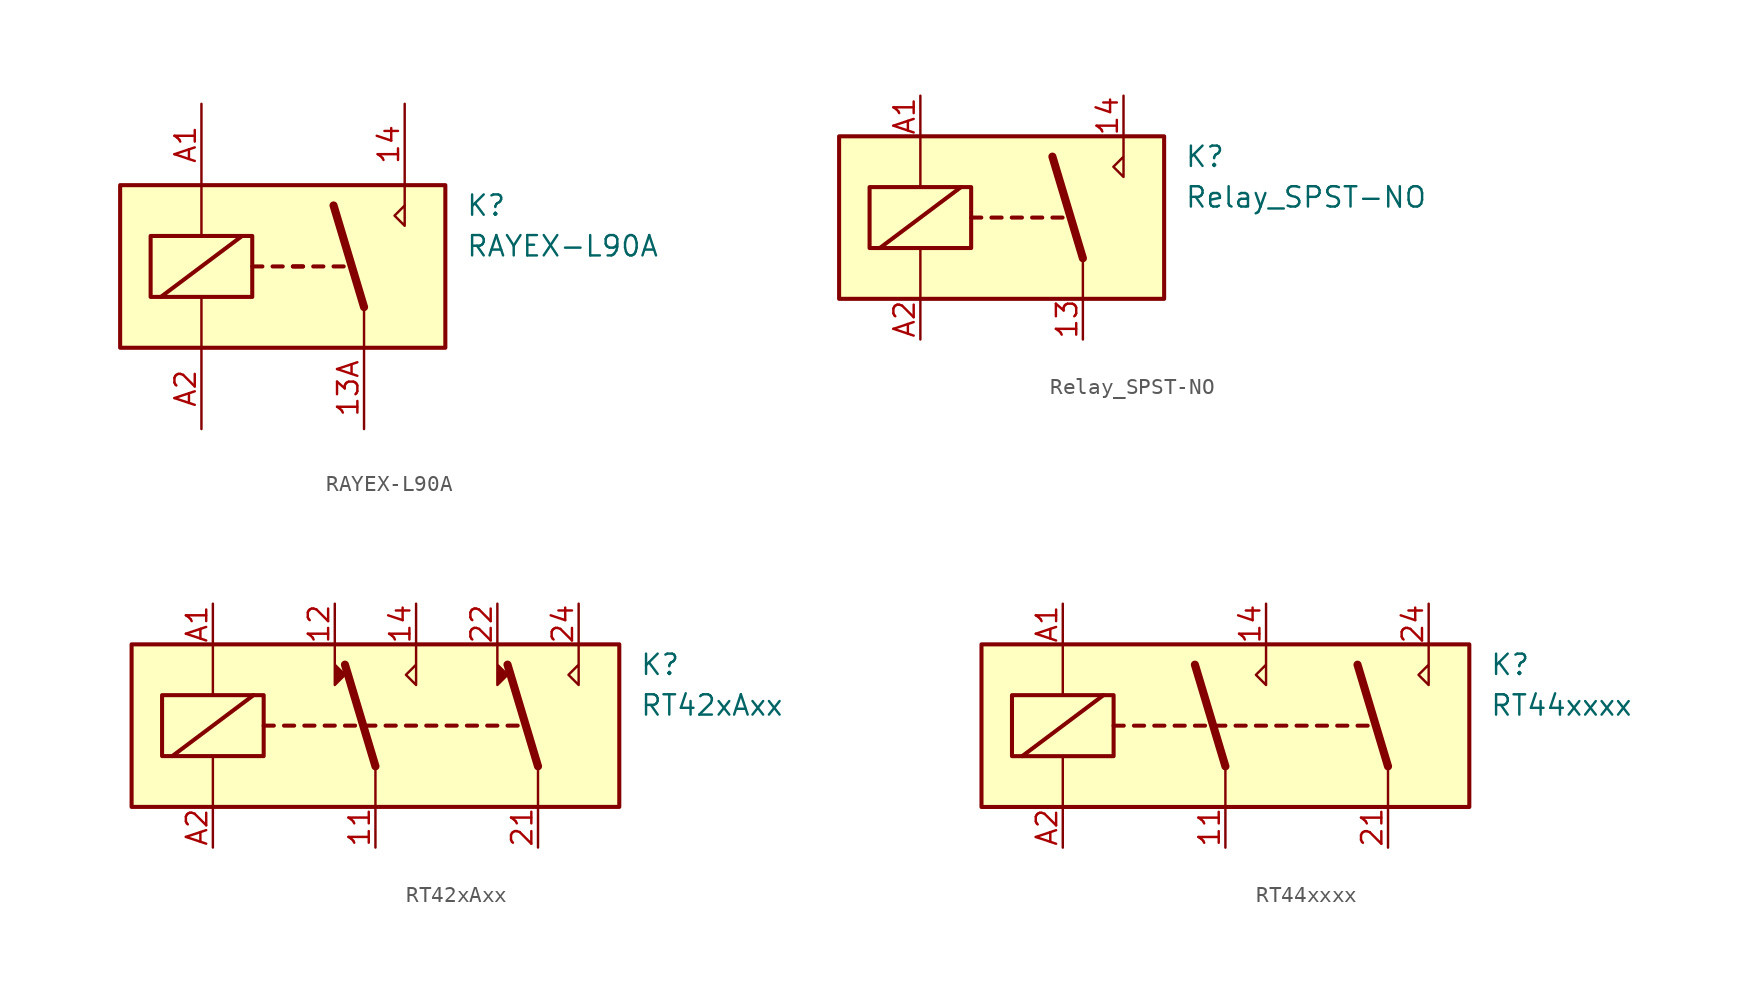
<source format=kicad_sym>
(kicad_symbol_lib
  (version 20220914)
  (generator kicad_symbol_editor)
  (symbol "RAYEX-L90A"
    (property "Reference" "K"
      (at 11.43 3.81 0)
      (effects (font (size 1.27 1.27)) (justify left)))
    (property "Value" "RAYEX-L90A"
      (at 11.43 1.27 0)
      (effects (font (size 1.27 1.27)) (justify left)))
    (symbol "RAYEX-L90A_1_0"
      (polyline (pts (xy 7.62 3.81) (xy 7.62 5.08)) (stroke (width 0) (type default)) (fill (type none)))
      (polyline (pts (xy 7.62 3.81) (xy 7.62 2.54) (xy 6.985 3.175) (xy 7.62 3.81)) (stroke (width 0) (type default)) (fill (type none))))
    (symbol "RAYEX-L90A_1_1"
      (rectangle (start -10.16 5.08) (end 10.16 -5.08) (stroke (width 0.254) (type default)) (fill (type background)))
      (rectangle (start -8.255 1.905) (end -1.905 -1.905) (stroke (width 0.254) (type default)) (fill (type none)))
      (polyline (pts (xy -7.62 -1.905) (xy -2.54 1.905)) (stroke (width 0.254) (type default)) (fill (type none)))
      (polyline (pts (xy -5.08 -5.08) (xy -5.08 -1.905)) (stroke (width 0) (type default)) (fill (type none)))
      (polyline (pts (xy -5.08 5.08) (xy -5.08 1.905)) (stroke (width 0) (type default)) (fill (type none)))
      (polyline (pts (xy -1.905 0) (xy -1.27 0)) (stroke (width 0.254) (type default)) (fill (type none)))
      (polyline (pts (xy -0.635 0) (xy 0 0)) (stroke (width 0.254) (type default)) (fill (type none)))
      (polyline (pts (xy 0.635 0) (xy 1.27 0)) (stroke (width 0.254) (type default)) (fill (type none)))
      (polyline (pts (xy 0.635 0) (xy 1.27 0)) (stroke (width 0.254) (type default)) (fill (type none)))
      (polyline (pts (xy 1.905 0) (xy 2.54 0)) (stroke (width 0.254) (type default)) (fill (type none)))
      (polyline (pts (xy 3.175 0) (xy 3.81 0)) (stroke (width 0.254) (type default)) (fill (type none)))
      (polyline (pts (xy 5.08 -2.54) (xy 3.175 3.81)) (stroke (width 0.508) (type default)) (fill (type none)))
      (polyline (pts (xy 5.08 -2.54) (xy 5.08 -5.08)) (stroke (width 0) (type default)) (fill (type none)))
      (pin passive line (at 5.08 -10.16 90) (length 5.08) (name "~" (effects (font (size 1.27 1.27)))) (number "13A" (effects (font (size 1.27 1.27)))))
      (pin passive line (at 5.08 -10.16 90) (length 5.08) hide (name "~" (effects (font (size 1.27 1.27)))) (number "13B" (effects (font (size 1.27 1.27)))))
      (pin passive line (at 7.62 10.16 270) (length 5.08) (name "~" (effects (font (size 1.27 1.27)))) (number "14" (effects (font (size 1.27 1.27)))))
      (pin passive line (at -5.08 10.16 270) (length 5.08) (name "~" (effects (font (size 1.27 1.27)))) (number "A1" (effects (font (size 1.27 1.27)))))
      (pin passive line (at -5.08 -10.16 90) (length 5.08) (name "~" (effects (font (size 1.27 1.27)))) (number "A2" (effects (font (size 1.27 1.27)))))))
  (symbol "Relay_SPST-NO"
    (property "Reference" "K"
      (at 11.43 3.81 0)
      (effects (font (size 1.27 1.27)) (justify left)))
    (property "Value" "Relay_SPST-NO"
      (at 11.43 1.27 0)
      (effects (font (size 1.27 1.27)) (justify left)))
    (symbol "Relay_SPST-NO_0_0"
      (polyline (pts (xy 7.62 5.08) (xy 7.62 2.54) (xy 6.985 3.175) (xy 7.62 3.81)) (stroke (width 0) (type default)) (fill (type none))))
    (symbol "Relay_SPST-NO_0_1"
      (rectangle (start -10.16 5.08) (end 10.16 -5.08) (stroke (width 0.254) (type default)) (fill (type background)))
      (rectangle (start -8.255 1.905) (end -1.905 -1.905) (stroke (width 0.254) (type default)) (fill (type none)))
      (polyline (pts (xy -7.62 -1.905) (xy -2.54 1.905)) (stroke (width 0.254) (type default)) (fill (type none)))
      (polyline (pts (xy -5.08 -5.08) (xy -5.08 -1.905)) (stroke (width 0) (type default)) (fill (type none)))
      (polyline (pts (xy -5.08 5.08) (xy -5.08 1.905)) (stroke (width 0) (type default)) (fill (type none)))
      (polyline (pts (xy -1.905 0) (xy -1.27 0)) (stroke (width 0.254) (type default)) (fill (type none)))
      (polyline (pts (xy -0.635 0) (xy 0 0)) (stroke (width 0.254) (type default)) (fill (type none)))
      (polyline (pts (xy 0.635 0) (xy 1.27 0)) (stroke (width 0.254) (type default)) (fill (type none)))
      (polyline (pts (xy 1.905 0) (xy 2.54 0)) (stroke (width 0.254) (type default)) (fill (type none)))
      (polyline (pts (xy 3.175 0) (xy 3.81 0)) (stroke (width 0.254) (type default)) (fill (type none)))
      (polyline (pts (xy 5.08 -2.54) (xy 3.175 3.81)) (stroke (width 0.508) (type default)) (fill (type none)))
      (polyline (pts (xy 5.08 -2.54) (xy 5.08 -5.08)) (stroke (width 0) (type default)) (fill (type none))))
    (symbol "Relay_SPST-NO_1_1"
      (pin passive line (at 5.08 -7.62 90) (length 2.54) (name "~" (effects (font (size 1.27 1.27)))) (number "13" (effects (font (size 1.27 1.27)))))
      (pin passive line (at 7.62 7.62 270) (length 2.54) (name "~" (effects (font (size 1.27 1.27)))) (number "14" (effects (font (size 1.27 1.27)))))
      (pin passive line (at -5.08 7.62 270) (length 2.54) (name "~" (effects (font (size 1.27 1.27)))) (number "A1" (effects (font (size 1.27 1.27)))))
      (pin passive line (at -5.08 -7.62 90) (length 2.54) (name "~" (effects (font (size 1.27 1.27)))) (number "A2" (effects (font (size 1.27 1.27)))))))
  (symbol "RT42xAxx"
    (property "Reference" "K"
      (at 16.51 3.81 0)
      (effects (font (size 1.27 1.27)) (justify left)))
    (property "Value" "RT42xAxx"
      (at 16.51 1.27 0)
      (effects (font (size 1.27 1.27)) (justify left)))
    (symbol "RT42xAxx_0_0"
      (polyline (pts (xy -7.62 1.905) (xy -12.7 -1.905)) (stroke (width 0.254) (type default)) (fill (type none))))
    (symbol "RT42xAxx_0_1"
      (rectangle (start -15.24 5.08) (end 15.24 -5.08) (stroke (width 0.254) (type default)) (fill (type background)))
      (rectangle (start -13.335 1.905) (end -6.985 -1.905) (stroke (width 0.254) (type default)) (fill (type none)))
      (polyline (pts (xy -10.16 -5.08) (xy -10.16 -1.905)) (stroke (width 0) (type default)) (fill (type none)))
      (polyline (pts (xy -10.16 5.08) (xy -10.16 1.905)) (stroke (width 0) (type default)) (fill (type none)))
      (polyline (pts (xy -6.985 0) (xy -6.35 0)) (stroke (width 0.254) (type default)) (fill (type none)))
      (polyline (pts (xy -5.715 0) (xy -5.08 0)) (stroke (width 0.254) (type default)) (fill (type none)))
      (polyline (pts (xy -4.445 0) (xy -3.81 0)) (stroke (width 0.254) (type default)) (fill (type none)))
      (polyline (pts (xy -3.175 0) (xy -2.54 0)) (stroke (width 0.254) (type default)) (fill (type none)))
      (polyline (pts (xy -1.905 0) (xy -1.27 0)) (stroke (width 0.254) (type default)) (fill (type none)))
      (polyline (pts (xy -0.635 0) (xy 0 0)) (stroke (width 0.254) (type default)) (fill (type none)))
      (polyline (pts (xy 0 -2.54) (xy -1.905 3.81)) (stroke (width 0.508) (type default)) (fill (type none)))
      (polyline (pts (xy 0 -2.54) (xy 0 -5.08)) (stroke (width 0) (type default)) (fill (type none)))
      (polyline (pts (xy 0.635 0) (xy 1.27 0)) (stroke (width 0.254) (type default)) (fill (type none)))
      (polyline (pts (xy 1.905 0) (xy 2.54 0)) (stroke (width 0.254) (type default)) (fill (type none)))
      (polyline (pts (xy 3.175 0) (xy 3.81 0)) (stroke (width 0.254) (type default)) (fill (type none)))
      (polyline (pts (xy 4.445 0) (xy 5.08 0)) (stroke (width 0.254) (type default)) (fill (type none)))
      (polyline (pts (xy 5.715 0) (xy 6.35 0)) (stroke (width 0.254) (type default)) (fill (type none)))
      (polyline (pts (xy 6.985 0) (xy 7.62 0)) (stroke (width 0.254) (type default)) (fill (type none)))
      (polyline (pts (xy 8.255 0) (xy 8.89 0)) (stroke (width 0.254) (type default)) (fill (type none)))
      (polyline (pts (xy 10.16 -2.54) (xy 8.255 3.81)) (stroke (width 0.508) (type default)) (fill (type none)))
      (polyline (pts (xy 10.16 -2.54) (xy 10.16 -5.08)) (stroke (width 0) (type default)) (fill (type none)))
      (polyline (pts (xy -2.54 5.08) (xy -2.54 2.54) (xy -1.905 3.175) (xy -2.54 3.81)) (stroke (width 0) (type default)) (fill (type outline)))
      (polyline (pts (xy 2.54 5.08) (xy 2.54 2.54) (xy 1.905 3.175) (xy 2.54 3.81)) (stroke (width 0) (type default)) (fill (type none)))
      (polyline (pts (xy 7.62 5.08) (xy 7.62 2.54) (xy 8.255 3.175) (xy 7.62 3.81)) (stroke (width 0) (type default)) (fill (type outline)))
      (polyline (pts (xy 12.7 5.08) (xy 12.7 2.54) (xy 12.065 3.175) (xy 12.7 3.81)) (stroke (width 0) (type default)) (fill (type none))))
    (symbol "RT42xAxx_1_1"
      (pin passive line (at 0 -7.62 90) (length 2.54) (name "~" (effects (font (size 1.27 1.27)))) (number "11" (effects (font (size 1.27 1.27)))))
      (pin passive line (at -2.54 7.62 270) (length 2.54) (name "~" (effects (font (size 1.27 1.27)))) (number "12" (effects (font (size 1.27 1.27)))))
      (pin passive line (at 2.54 7.62 270) (length 2.54) (name "~" (effects (font (size 1.27 1.27)))) (number "14" (effects (font (size 1.27 1.27)))))
      (pin passive line (at 10.16 -7.62 90) (length 2.54) (name "~" (effects (font (size 1.27 1.27)))) (number "21" (effects (font (size 1.27 1.27)))))
      (pin passive line (at 7.62 7.62 270) (length 2.54) (name "~" (effects (font (size 1.27 1.27)))) (number "22" (effects (font (size 1.27 1.27)))))
      (pin passive line (at 12.7 7.62 270) (length 2.54) (name "~" (effects (font (size 1.27 1.27)))) (number "24" (effects (font (size 1.27 1.27)))))
      (pin passive line (at -10.16 7.62 270) (length 2.54) (name "~" (effects (font (size 1.27 1.27)))) (number "A1" (effects (font (size 1.27 1.27)))))
      (pin passive line (at -10.16 -7.62 90) (length 2.54) (name "~" (effects (font (size 1.27 1.27)))) (number "A2" (effects (font (size 1.27 1.27)))))))
  (symbol "RT44xxxx"
    (property "Reference" "K"
      (at 16.51 3.81 0)
      (effects (font (size 1.27 1.27)) (justify left)))
    (property "Value" "RT44xxxx"
      (at 16.51 1.27 0)
      (effects (font (size 1.27 1.27)) (justify left)))
    (symbol "RT44xxxx_0_1"
      (rectangle (start -15.24 5.08) (end 15.24 -5.08) (stroke (width 0.254) (type default)) (fill (type background)))
      (rectangle (start -13.335 1.905) (end -6.985 -1.905) (stroke (width 0.254) (type default)) (fill (type none)))
      (polyline (pts (xy -12.7 -1.905) (xy -7.62 1.905)) (stroke (width 0.254) (type default)) (fill (type none)))
      (polyline (pts (xy -10.16 -5.08) (xy -10.16 -1.905)) (stroke (width 0) (type default)) (fill (type none)))
      (polyline (pts (xy -10.16 5.08) (xy -10.16 1.905)) (stroke (width 0) (type default)) (fill (type none)))
      (polyline (pts (xy -6.985 0) (xy -6.35 0)) (stroke (width 0.254) (type default)) (fill (type none)))
      (polyline (pts (xy -5.715 0) (xy -5.08 0)) (stroke (width 0.254) (type default)) (fill (type none)))
      (polyline (pts (xy -4.445 0) (xy -3.81 0)) (stroke (width 0.254) (type default)) (fill (type none)))
      (polyline (pts (xy -3.175 0) (xy -2.54 0)) (stroke (width 0.254) (type default)) (fill (type none)))
      (polyline (pts (xy -1.905 0) (xy -1.27 0)) (stroke (width 0.254) (type default)) (fill (type none)))
      (polyline (pts (xy -0.635 0) (xy 0 0)) (stroke (width 0.254) (type default)) (fill (type none)))
      (polyline (pts (xy 0 -2.54) (xy -1.905 3.81)) (stroke (width 0.508) (type default)) (fill (type none)))
      (polyline (pts (xy 0 -2.54) (xy 0 -5.08)) (stroke (width 0) (type default)) (fill (type none)))
      (polyline (pts (xy 0.635 0) (xy 1.27 0)) (stroke (width 0.254) (type default)) (fill (type none)))
      (polyline (pts (xy 1.905 0) (xy 2.54 0)) (stroke (width 0.254) (type default)) (fill (type none)))
      (polyline (pts (xy 3.175 0) (xy 3.81 0)) (stroke (width 0.254) (type default)) (fill (type none)))
      (polyline (pts (xy 4.445 0) (xy 5.08 0)) (stroke (width 0.254) (type default)) (fill (type none)))
      (polyline (pts (xy 5.715 0) (xy 6.35 0)) (stroke (width 0.254) (type default)) (fill (type none)))
      (polyline (pts (xy 6.985 0) (xy 7.62 0)) (stroke (width 0.254) (type default)) (fill (type none)))
      (polyline (pts (xy 8.255 0) (xy 8.89 0)) (stroke (width 0.254) (type default)) (fill (type none)))
      (polyline (pts (xy 10.16 -2.54) (xy 8.255 3.81)) (stroke (width 0.508) (type default)) (fill (type none)))
      (polyline (pts (xy 10.16 -2.54) (xy 10.16 -5.08)) (stroke (width 0) (type default)) (fill (type none)))
      (polyline (pts (xy 2.54 5.08) (xy 2.54 2.54) (xy 1.905 3.175) (xy 2.54 3.81)) (stroke (width 0) (type default)) (fill (type none)))
      (polyline (pts (xy 12.7 5.08) (xy 12.7 2.54) (xy 12.065 3.175) (xy 12.7 3.81)) (stroke (width 0) (type default)) (fill (type none))))
    (symbol "RT44xxxx_1_1"
      (pin passive line (at 0 -7.62 90) (length 2.54) (name "~" (effects (font (size 1.27 1.27)))) (number "11" (effects (font (size 1.27 1.27)))))
      (pin passive line (at 2.54 7.62 270) (length 2.54) (name "~" (effects (font (size 1.27 1.27)))) (number "14" (effects (font (size 1.27 1.27)))))
      (pin passive line (at 10.16 -7.62 90) (length 2.54) (name "~" (effects (font (size 1.27 1.27)))) (number "21" (effects (font (size 1.27 1.27)))))
      (pin passive line (at 12.7 7.62 270) (length 2.54) (name "~" (effects (font (size 1.27 1.27)))) (number "24" (effects (font (size 1.27 1.27)))))
      (pin passive line (at -10.16 7.62 270) (length 2.54) (name "~" (effects (font (size 1.27 1.27)))) (number "A1" (effects (font (size 1.27 1.27)))))
      (pin passive line (at -10.16 -7.62 90) (length 2.54) (name "~" (effects (font (size 1.27 1.27)))) (number "A2" (effects (font (size 1.27 1.27))))))))
</source>
